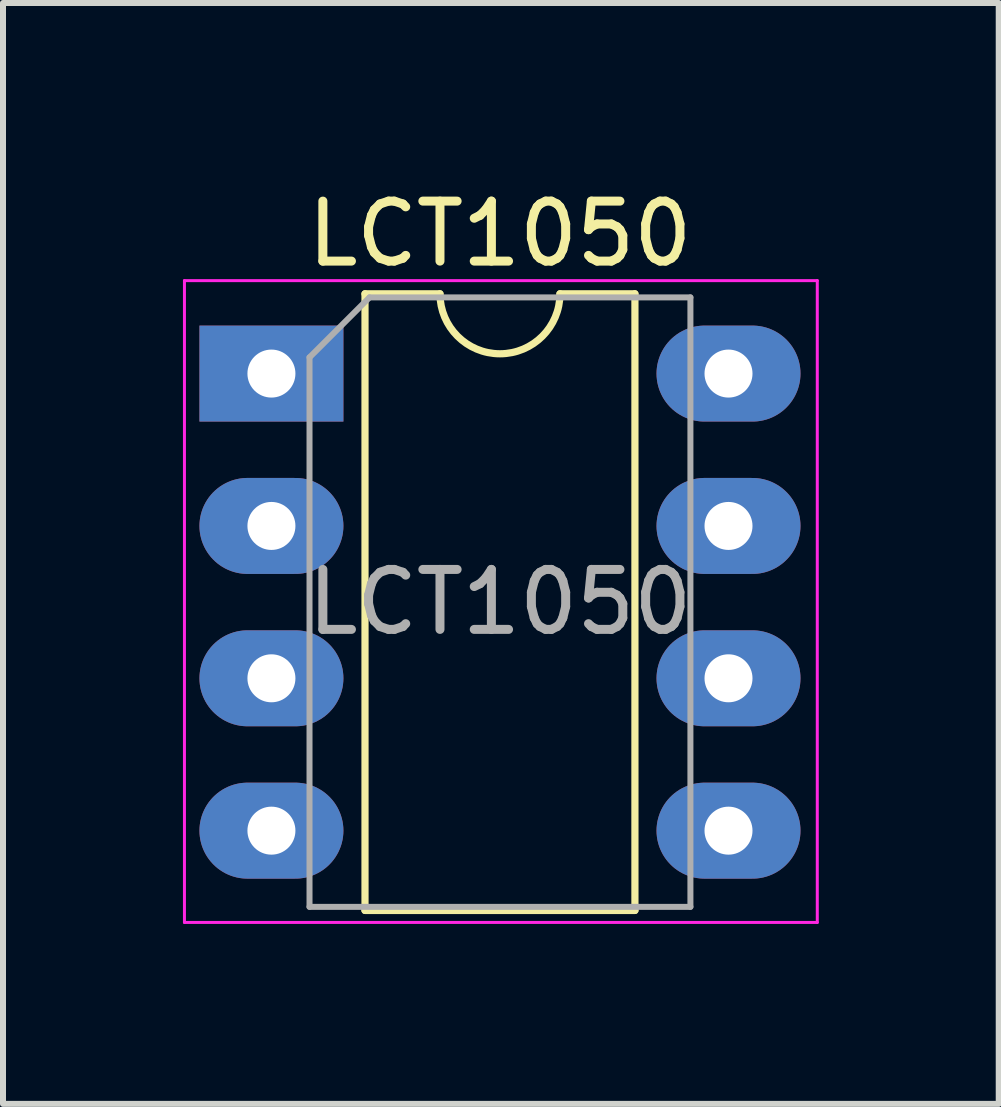
<source format=kicad_pcb>
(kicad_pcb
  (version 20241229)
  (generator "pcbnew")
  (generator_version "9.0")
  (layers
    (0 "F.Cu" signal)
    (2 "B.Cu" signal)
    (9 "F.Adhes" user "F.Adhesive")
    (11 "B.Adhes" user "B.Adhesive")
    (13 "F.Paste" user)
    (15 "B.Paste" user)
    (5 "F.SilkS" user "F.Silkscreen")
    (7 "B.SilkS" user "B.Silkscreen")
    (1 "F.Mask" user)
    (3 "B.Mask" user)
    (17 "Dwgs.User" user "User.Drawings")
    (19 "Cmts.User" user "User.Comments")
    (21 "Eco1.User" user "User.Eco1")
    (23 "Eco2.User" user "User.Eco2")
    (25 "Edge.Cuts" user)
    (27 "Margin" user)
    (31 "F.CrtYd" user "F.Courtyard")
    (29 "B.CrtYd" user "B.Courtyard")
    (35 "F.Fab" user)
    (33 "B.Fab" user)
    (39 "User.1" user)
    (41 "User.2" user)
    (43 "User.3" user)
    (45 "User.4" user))
  (footprint "LCT1050"
    (layer "F.Cu")
    (at 1.475 3.178)
    (property "Reference" "LCT1050" (at 3.81 -2.33 0) (layer "F.SilkS") (effects (font (size 1 1) (thickness 0.15))))
    (attr through_hole)
    (fp_line (start 1.56 -1.33) (end 1.56 8.95) (stroke (width 0.12) (type solid)) (layer "F.SilkS"))
    (fp_line (start 1.56 8.95) (end 6.06 8.95) (stroke (width 0.12) (type solid)) (layer "F.SilkS"))
    (fp_line (start 2.81 -1.33) (end 1.56 -1.33) (stroke (width 0.12) (type solid)) (layer "F.SilkS"))
    (fp_line (start 6.06 -1.33) (end 4.81 -1.33) (stroke (width 0.12) (type solid)) (layer "F.SilkS"))
    (fp_line (start 6.06 8.95) (end 6.06 -1.33) (stroke (width 0.12) (type solid)) (layer "F.SilkS"))
    (fp_arc (start 4.81 -1.33) (mid 3.81 -0.33) (end 2.81 -1.33) (stroke (width 0.12) (type solid)) (layer "F.SilkS"))
    (fp_line (start -1.45 -1.55) (end -1.45 9.15) (stroke (width 0.05) (type solid)) (layer "F.CrtYd"))
    (fp_line (start -1.45 9.15) (end 9.1 9.15) (stroke (width 0.05) (type solid)) (layer "F.CrtYd"))
    (fp_line (start 9.1 -1.55) (end -1.45 -1.55) (stroke (width 0.05) (type solid)) (layer "F.CrtYd"))
    (fp_line (start 9.1 9.15) (end 9.1 -1.55) (stroke (width 0.05) (type solid)) (layer "F.CrtYd"))
    (fp_line (start 0.635 -0.27) (end 1.635 -1.27) (stroke (width 0.1) (type solid)) (layer "F.Fab"))
    (fp_line (start 0.635 8.89) (end 0.635 -0.27) (stroke (width 0.1) (type solid)) (layer "F.Fab"))
    (fp_line (start 1.635 -1.27) (end 6.985 -1.27) (stroke (width 0.1) (type solid)) (layer "F.Fab"))
    (fp_line (start 6.985 -1.27) (end 6.985 8.89) (stroke (width 0.1) (type solid)) (layer "F.Fab"))
    (fp_line (start 6.985 8.89) (end 0.635 8.89) (stroke (width 0.1) (type solid)) (layer "F.Fab"))
    (fp_text user "${REFERENCE}" (at 3.81 3.81 0) (layer "F.Fab") (effects (font (size 1 1) (thickness 0.15))))
    (pad "1" thru_hole rect (at 0 0) (size 2.4 1.6) (drill 0.8) (layers "*.Cu" "*.Mask"))
    (pad "2" thru_hole oval (at 0 2.54) (size 2.4 1.6) (drill 0.8) (layers "*.Cu" "*.Mask"))
    (pad "3" thru_hole oval (at 0 5.08) (size 2.4 1.6) (drill 0.8) (layers "*.Cu" "*.Mask"))
    (pad "4" thru_hole oval (at 0 7.62) (size 2.4 1.6) (drill 0.8) (layers "*.Cu" "*.Mask"))
    (pad "5" thru_hole oval (at 7.62 7.62) (size 2.4 1.6) (drill 0.8) (layers "*.Cu" "*.Mask"))
    (pad "6" thru_hole oval (at 7.62 5.08) (size 2.4 1.6) (drill 0.8) (layers "*.Cu" "*.Mask"))
    (pad "7" thru_hole oval (at 7.62 2.54) (size 2.4 1.6) (drill 0.8) (layers "*.Cu" "*.Mask"))
    (pad "8" thru_hole oval (at 7.62 0) (size 2.4 1.6) (drill 0.8) (layers "*.Cu" "*.Mask")))
  (gr_rect
    (start -3 -3)
    (end 13.6 15.353)
    (stroke (width 0.1) (type default))
    (fill no)
    (layer "Edge.Cuts")))
</source>
